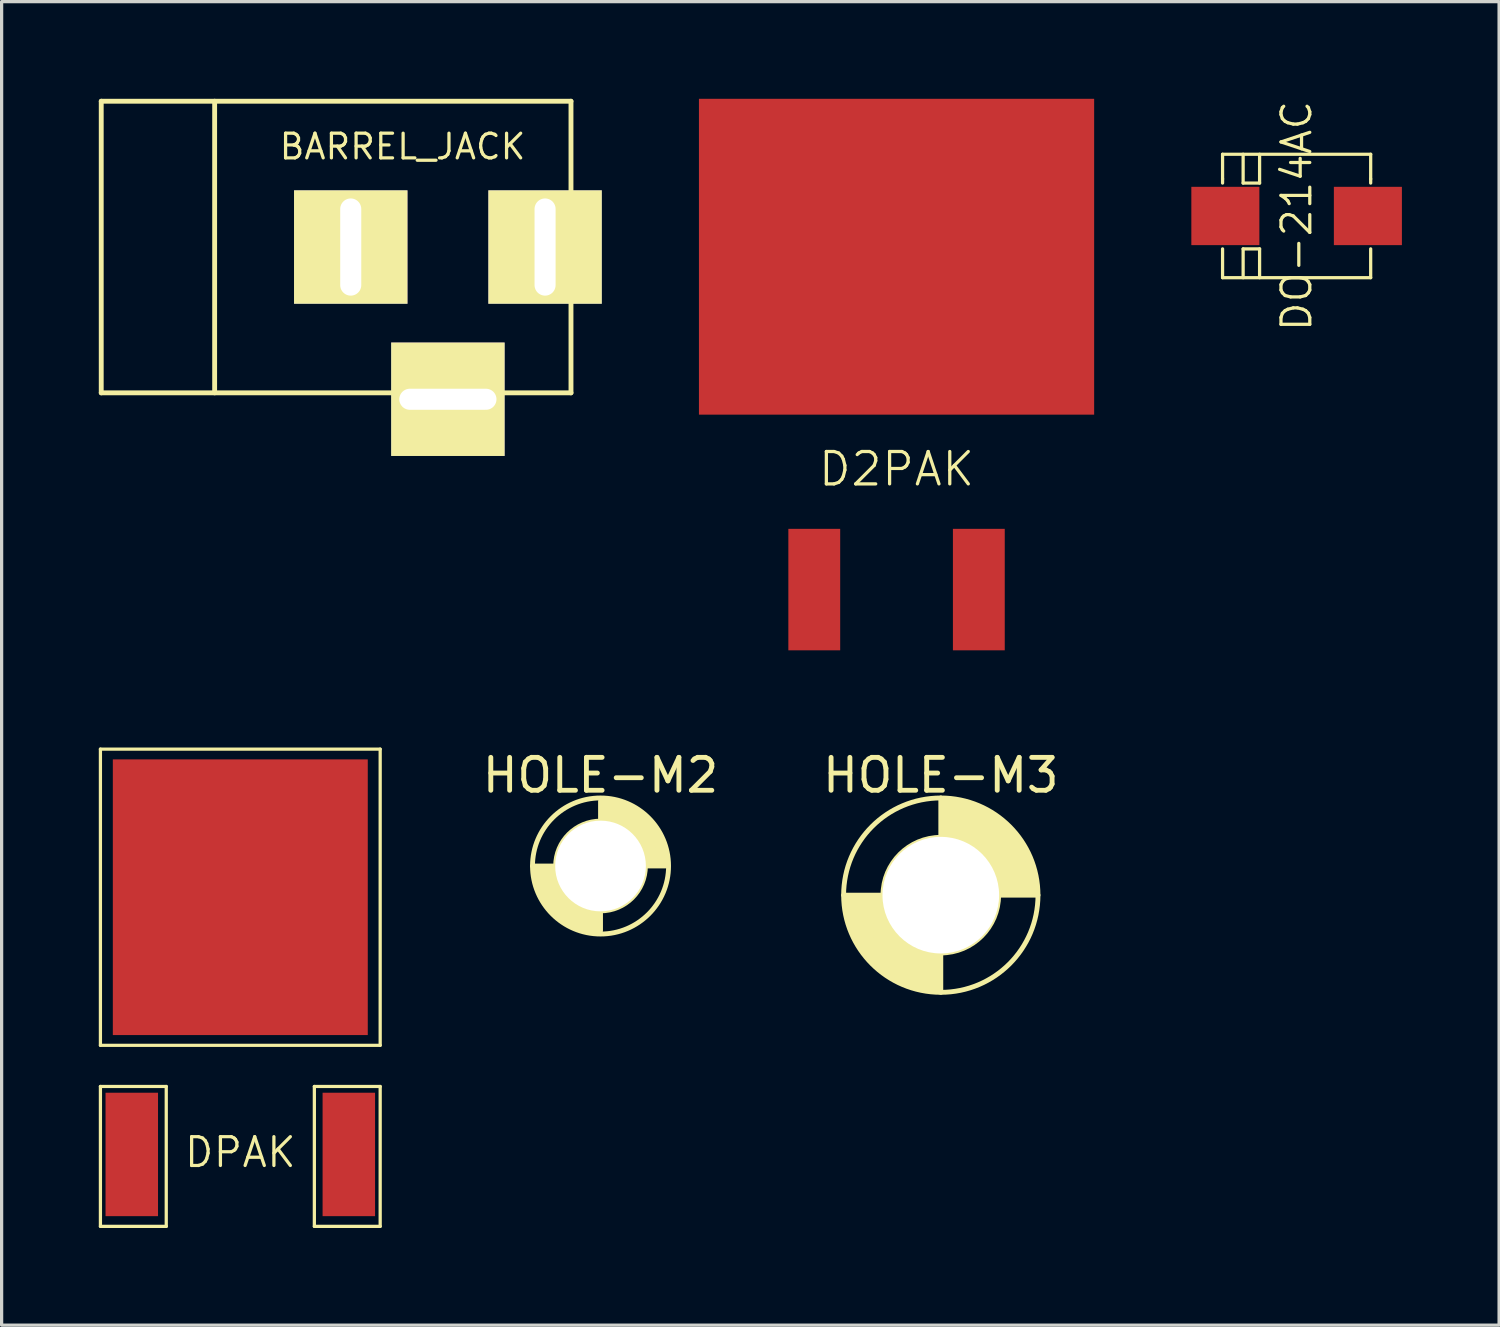
<source format=kicad_pcb>
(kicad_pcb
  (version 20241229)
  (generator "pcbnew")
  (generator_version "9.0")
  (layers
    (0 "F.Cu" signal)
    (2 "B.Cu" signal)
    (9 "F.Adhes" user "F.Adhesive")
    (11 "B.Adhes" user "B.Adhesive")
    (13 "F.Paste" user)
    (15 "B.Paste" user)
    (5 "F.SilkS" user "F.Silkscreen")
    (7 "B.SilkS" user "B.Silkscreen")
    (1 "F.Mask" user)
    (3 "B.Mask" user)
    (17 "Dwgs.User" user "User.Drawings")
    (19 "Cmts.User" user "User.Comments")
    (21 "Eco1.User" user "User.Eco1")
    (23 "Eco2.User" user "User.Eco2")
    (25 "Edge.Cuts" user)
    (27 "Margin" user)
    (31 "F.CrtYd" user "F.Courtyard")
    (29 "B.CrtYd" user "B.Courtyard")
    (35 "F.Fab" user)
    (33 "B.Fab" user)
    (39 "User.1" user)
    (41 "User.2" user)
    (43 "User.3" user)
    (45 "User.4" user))
  (footprint "HOLE-M2"
    (layer "F.Cu")
    (at 15.488 23.683)
    (property "Reference" "HOLE-M2" (at 0 -2.8 0) (layer "F.SilkS") (effects (font (size 1.016 1.016) (thickness 0.15))))
    (attr through_hole)
    (fp_line (start -0.8 0) (end 0.7 0) (stroke (width 0.15) (type solid)) (layer "F.SilkS"))
    (fp_line (start 0 -0.8) (end 0 0.7) (stroke (width 0.15) (type solid)) (layer "F.SilkS"))
    (fp_line (start 0 0) (end -2.1 0) (stroke (width 0.15) (type solid)) (layer "F.SilkS"))
    (fp_line (start 0 0) (end 0 -2) (stroke (width 0.15) (type solid)) (layer "F.SilkS"))
    (fp_line (start 0 0) (end 0 2) (stroke (width 0.15) (type solid)) (layer "F.SilkS"))
    (fp_line (start 0 0) (end 2 0) (stroke (width 0.15) (type solid)) (layer "F.SilkS"))
    (fp_arc (start -0.1 1.4) (mid -1.019239 1.019239) (end -1.4 0.1) (stroke (width 0.15) (type solid)) (layer "F.SilkS"))
    (fp_arc (start -0.1 1.5) (mid -1.089949 1.089949) (end -1.5 0.1) (stroke (width 0.15) (type solid)) (layer "F.SilkS"))
    (fp_arc (start -0.1 1.6) (mid -1.16066 1.16066) (end -1.6 0.1) (stroke (width 0.15) (type solid)) (layer "F.SilkS"))
    (fp_arc (start -0.1 1.7) (mid -1.231371 1.231371) (end -1.7 0.1) (stroke (width 0.15) (type solid)) (layer "F.SilkS"))
    (fp_arc (start -0.1 1.8) (mid -1.302082 1.302082) (end -1.8 0.1) (stroke (width 0.15) (type solid)) (layer "F.SilkS"))
    (fp_arc (start -0.1 1.9) (mid -1.372792 1.372792) (end -1.9 0.1) (stroke (width 0.15) (type solid)) (layer "F.SilkS"))
    (fp_arc (start -0.1 2) (mid -1.443503 1.443503) (end -2 0.1) (stroke (width 0.15) (type solid)) (layer "F.SilkS"))
    (fp_arc (start 0.1 -2) (mid 1.443503 -1.443503) (end 2 -0.1) (stroke (width 0.15) (type solid)) (layer "F.SilkS"))
    (fp_arc (start 0.1 -1.9) (mid 1.372792 -1.372792) (end 1.9 -0.1) (stroke (width 0.15) (type solid)) (layer "F.SilkS"))
    (fp_arc (start 0.1 -1.8) (mid 1.302082 -1.302082) (end 1.8 -0.1) (stroke (width 0.15) (type solid)) (layer "F.SilkS"))
    (fp_arc (start 0.1 -1.7) (mid 1.231371 -1.231371) (end 1.7 -0.1) (stroke (width 0.15) (type solid)) (layer "F.SilkS"))
    (fp_arc (start 0.1 -1.6) (mid 1.16066 -1.16066) (end 1.6 -0.1) (stroke (width 0.15) (type solid)) (layer "F.SilkS"))
    (fp_arc (start 0.1 -1.5) (mid 1.089949 -1.089949) (end 1.5 -0.1) (stroke (width 0.15) (type solid)) (layer "F.SilkS"))
    (fp_arc (start 0.1 -1.4) (mid 1.019239 -1.019239) (end 1.4 -0.1) (stroke (width 0.15) (type solid)) (layer "F.SilkS"))
    (fp_circle (center 0 0) (end -2.1 0) (stroke (width 0.15) (type solid)) (fill no) (layer "F.SilkS"))
    (fp_circle (center 0 0) (end -1.397 0) (stroke (width 0.127) (type solid)) (fill no) (layer "F.SilkS"))
    (pad "" np_thru_hole circle (at 0 0) (size 2.8 2.8) (drill 2.8) (layers "*.Cu" "F.SilkS")))
  (footprint "DPAK"
    (layer "F.Cu")
    (at 4.368 24.647)
    (property "Reference" "DPAK" (at 0 7.874 0) (layer "F.SilkS") (effects (font (size 0.889 0.889) (thickness 0.1))))
    (attr through_hole)
    (fp_line (start -4.318 -4.572) (end 4.318 -4.572) (stroke (width 0.1) (type solid)) (layer "F.SilkS"))
    (fp_line (start -4.318 4.572) (end -4.318 -4.572) (stroke (width 0.1) (type solid)) (layer "F.SilkS"))
    (fp_line (start -4.318 5.842) (end -2.286 5.842) (stroke (width 0.1) (type solid)) (layer "F.SilkS"))
    (fp_line (start -4.318 10.16) (end -4.318 5.842) (stroke (width 0.1) (type solid)) (layer "F.SilkS"))
    (fp_line (start -2.286 5.842) (end -2.286 10.16) (stroke (width 0.1) (type solid)) (layer "F.SilkS"))
    (fp_line (start -2.286 10.16) (end -4.318 10.16) (stroke (width 0.1) (type solid)) (layer "F.SilkS"))
    (fp_line (start 2.286 5.842) (end 4.318 5.842) (stroke (width 0.1) (type solid)) (layer "F.SilkS"))
    (fp_line (start 2.286 10.16) (end 2.286 5.842) (stroke (width 0.1) (type solid)) (layer "F.SilkS"))
    (fp_line (start 4.318 -4.572) (end 4.318 4.572) (stroke (width 0.1) (type solid)) (layer "F.SilkS"))
    (fp_line (start 4.318 4.572) (end -4.318 4.572) (stroke (width 0.1) (type solid)) (layer "F.SilkS"))
    (fp_line (start 4.318 5.842) (end 4.318 10.16) (stroke (width 0.1) (type solid)) (layer "F.SilkS"))
    (fp_line (start 4.318 10.16) (end 2.286 10.16) (stroke (width 0.1) (type solid)) (layer "F.SilkS"))
    (pad "1" smd rect (at -3.35 7.94) (size 1.62 3.81) (layers "F.Cu" "F.Mask" "F.Paste"))
    (pad "2" smd rect (at 3.35 7.94) (size 1.62 3.81) (layers "F.Cu" "F.Mask" "F.Paste"))
    (pad "3" smd rect (at 0 0) (size 7.87 8.51) (layers "F.Cu" "F.Mask" "F.Paste")))
  (footprint "DO-214AC"
    (layer "F.Cu")
    (at 36.976 3.617)
    (property "Reference" "DO-214AC" (at 0 0 90) (layer "F.SilkS") (effects (font (size 0.889 0.889) (thickness 0.1))))
    (attr through_hole)
    (fp_line (start -2.286 -1.905) (end 2.286 -1.905) (stroke (width 0.1) (type solid)) (layer "F.SilkS"))
    (fp_line (start -2.286 -1.143) (end -2.286 -1.905) (stroke (width 0.1) (type solid)) (layer "F.SilkS"))
    (fp_line (start -2.286 -1.016) (end -2.286 -1.143) (stroke (width 0.1) (type solid)) (layer "F.SilkS"))
    (fp_line (start -2.286 1.016) (end -2.286 1.905) (stroke (width 0.1) (type solid)) (layer "F.SilkS"))
    (fp_line (start -2.286 1.905) (end 2.286 1.905) (stroke (width 0.1) (type solid)) (layer "F.SilkS"))
    (fp_line (start -1.651 -1.016) (end -1.651 -1.905) (stroke (width 0.1) (type solid)) (layer "F.SilkS"))
    (fp_line (start -1.651 1.016) (end -1.651 1.905) (stroke (width 0.1) (type solid)) (layer "F.SilkS"))
    (fp_line (start -1.143 -1.905) (end -1.143 -1.016) (stroke (width 0.1) (type solid)) (layer "F.SilkS"))
    (fp_line (start -1.143 -1.016) (end -1.651 -1.016) (stroke (width 0.1) (type solid)) (layer "F.SilkS"))
    (fp_line (start -1.143 1.016) (end -1.651 1.016) (stroke (width 0.1) (type solid)) (layer "F.SilkS"))
    (fp_line (start -1.143 1.905) (end -1.143 1.016) (stroke (width 0.1) (type solid)) (layer "F.SilkS"))
    (fp_line (start 2.286 -1.905) (end 2.286 -1.143) (stroke (width 0.1) (type solid)) (layer "F.SilkS"))
    (fp_line (start 2.286 -1.016) (end 2.286 -1.143) (stroke (width 0.1) (type solid)) (layer "F.SilkS"))
    (fp_line (start 2.286 1.905) (end 2.286 1.016) (stroke (width 0.1) (type solid)) (layer "F.SilkS"))
    (pad "1" smd rect (at -2.2 0) (size 2.1 1.8) (layers "F.Cu" "F.Mask" "F.Paste"))
    (pad "2" smd rect (at 2.2 0) (size 2.1 1.8) (layers "F.Cu" "F.Mask" "F.Paste")))
  (footprint "HOLE-M3"
    (layer "F.Cu")
    (at 25.992 24.583)
    (property "Reference" "HOLE-M3" (at 0 -3.7 0) (layer "F.SilkS") (effects (font (size 1.016 1.016) (thickness 0.15))))
    (attr through_hole)
    (fp_line (start -1.2 0) (end 1.2 0) (stroke (width 0.15) (type solid)) (layer "F.SilkS"))
    (fp_line (start 0 -3) (end 0 3) (stroke (width 0.15) (type solid)) (layer "F.SilkS"))
    (fp_line (start 0 -1.2) (end 0 1.2) (stroke (width 0.15) (type solid)) (layer "F.SilkS"))
    (fp_line (start 0 0) (end -3 0) (stroke (width 0.15) (type solid)) (layer "F.SilkS"))
    (fp_line (start 0 0) (end 3 0) (stroke (width 0.15) (type solid)) (layer "F.SilkS"))
    (fp_arc (start -0.1 1.8) (mid -1.302082 1.302082) (end -1.8 0.1) (stroke (width 0.15) (type solid)) (layer "F.SilkS"))
    (fp_arc (start -0.1 1.9) (mid -1.372792 1.372792) (end -1.9 0.1) (stroke (width 0.15) (type solid)) (layer "F.SilkS"))
    (fp_arc (start -0.1 2) (mid -1.443503 1.443503) (end -2 0.1) (stroke (width 0.15) (type solid)) (layer "F.SilkS"))
    (fp_arc (start -0.1 2.1) (mid -1.514214 1.514214) (end -2.1 0.1) (stroke (width 0.15) (type solid)) (layer "F.SilkS"))
    (fp_arc (start -0.1 2.2) (mid -1.584924 1.584924) (end -2.2 0.1) (stroke (width 0.15) (type solid)) (layer "F.SilkS"))
    (fp_arc (start -0.1 2.3) (mid -1.655635 1.655635) (end -2.3 0.1) (stroke (width 0.15) (type solid)) (layer "F.SilkS"))
    (fp_arc (start -0.1 2.4) (mid -1.726346 1.726346) (end -2.4 0.1) (stroke (width 0.15) (type solid)) (layer "F.SilkS"))
    (fp_arc (start -0.1 2.5) (mid -1.797056 1.797056) (end -2.5 0.1) (stroke (width 0.15) (type solid)) (layer "F.SilkS"))
    (fp_arc (start -0.1 2.6) (mid -1.867767 1.867767) (end -2.6 0.1) (stroke (width 0.15) (type solid)) (layer "F.SilkS"))
    (fp_arc (start -0.1 2.7) (mid -1.938478 1.938478) (end -2.7 0.1) (stroke (width 0.15) (type solid)) (layer "F.SilkS"))
    (fp_arc (start -0.1 2.8) (mid -2.009188 2.009188) (end -2.8 0.1) (stroke (width 0.15) (type solid)) (layer "F.SilkS"))
    (fp_arc (start -0.1 2.9) (mid -2.079899 2.079899) (end -2.9 0.1) (stroke (width 0.15) (type solid)) (layer "F.SilkS"))
    (fp_arc (start 0.1 -2.9) (mid 2.079899 -2.079899) (end 2.9 -0.1) (stroke (width 0.15) (type solid)) (layer "F.SilkS"))
    (fp_arc (start 0.1 -2.8) (mid 2.009188 -2.009188) (end 2.8 -0.1) (stroke (width 0.15) (type solid)) (layer "F.SilkS"))
    (fp_arc (start 0.1 -2.7) (mid 1.938478 -1.938478) (end 2.7 -0.1) (stroke (width 0.15) (type solid)) (layer "F.SilkS"))
    (fp_arc (start 0.1 -2.6) (mid 1.867767 -1.867767) (end 2.6 -0.1) (stroke (width 0.15) (type solid)) (layer "F.SilkS"))
    (fp_arc (start 0.1 -2.5) (mid 1.797056 -1.797056) (end 2.5 -0.1) (stroke (width 0.15) (type solid)) (layer "F.SilkS"))
    (fp_arc (start 0.1 -2.4) (mid 1.726346 -1.726346) (end 2.4 -0.1) (stroke (width 0.15) (type solid)) (layer "F.SilkS"))
    (fp_arc (start 0.1 -2.3) (mid 1.655635 -1.655635) (end 2.3 -0.1) (stroke (width 0.15) (type solid)) (layer "F.SilkS"))
    (fp_arc (start 0.1 -2.2) (mid 1.584924 -1.584924) (end 2.2 -0.1) (stroke (width 0.15) (type solid)) (layer "F.SilkS"))
    (fp_arc (start 0.1 -2.1) (mid 1.514214 -1.514214) (end 2.1 -0.1) (stroke (width 0.15) (type solid)) (layer "F.SilkS"))
    (fp_arc (start 0.1 -2) (mid 1.443503 -1.443503) (end 2 -0.1) (stroke (width 0.15) (type solid)) (layer "F.SilkS"))
    (fp_arc (start 0.1 -1.9) (mid 1.372792 -1.372792) (end 1.9 -0.1) (stroke (width 0.15) (type solid)) (layer "F.SilkS"))
    (fp_arc (start 0.1 -1.8) (mid 1.302082 -1.302082) (end 1.8 -0.1) (stroke (width 0.15) (type solid)) (layer "F.SilkS"))
    (fp_circle (center 0 0) (end -3 0) (stroke (width 0.15) (type solid)) (fill no) (layer "F.SilkS"))
    (fp_circle (center 0 0) (end -1.778 -0.254) (stroke (width 0.127) (type solid)) (fill no) (layer "F.SilkS"))
    (pad "" np_thru_hole circle (at 0 0) (size 3.6 3.6) (drill 3.6) (layers "*.Cu" "F.SilkS")))
  (footprint "BARREL_JACK"
    (layer "F.Cu")
    (at 7.576 4.576)
    (property "Reference" "BARREL_JACK" (at 1.8 -3.1 180) (layer "F.SilkS") (effects (font (size 0.762 0.762) (thickness 0.1))))
    (attr through_hole)
    (fp_line (start -7.501 -4.501) (end -7.501 4.501) (stroke (width 0.15) (type solid)) (layer "F.SilkS"))
    (fp_line (start -7.501 4.501) (end 7 4.501) (stroke (width 0.15) (type solid)) (layer "F.SilkS"))
    (fp_line (start -4 -4.501) (end -4 4.501) (stroke (width 0.15) (type solid)) (layer "F.SilkS"))
    (fp_line (start 7 -4.501) (end -7.501 -4.501) (stroke (width 0.15) (type solid)) (layer "F.SilkS"))
    (fp_line (start 7 4.501) (end 7 -4.501) (stroke (width 0.15) (type solid)) (layer "F.SilkS"))
    (pad "1" thru_hole rect (at 6.2 0) (size 3.5 3.5) (drill oval 0.65 3) (layers "*.Cu" "*.Mask" "F.SilkS"))
    (pad "2" thru_hole rect (at 0.201 0) (size 3.5 3.5) (drill oval 0.65 3) (layers "*.Cu" "*.Mask" "F.SilkS"))
    (pad "3" thru_hole rect (at 3.2 4.699) (size 3.5 3.5) (drill oval 3 0.65) (layers "*.Cu" "*.Mask" "F.SilkS")))
  (footprint "D2PAK"
    (layer "F.Cu")
    (at 24.626 6.096)
    (property "Reference" "D2PAK" (at 0 5.334 0) (layer "F.SilkS") (effects (font (size 1 1) (thickness 0.1))))
    (attr through_hole)
    (pad "1" smd rect (at -2.54 9.054) (size 1.6 3.75) (layers "F.Cu" "F.Mask" "F.Paste"))
    (pad "2" smd rect (at 0 -1.221) (size 12.2 9.75) (layers "F.Cu" "F.Mask" "F.Paste"))
    (pad "3" smd rect (at 2.54 9.054) (size 1.6 3.75) (layers "F.Cu" "F.Mask" "F.Paste")))
  (gr_rect
    (start -3 -3)
    (end 43.226 37.857)
    (stroke (width 0.1) (type default))
    (fill no)
    (layer "Edge.Cuts")))
</source>
